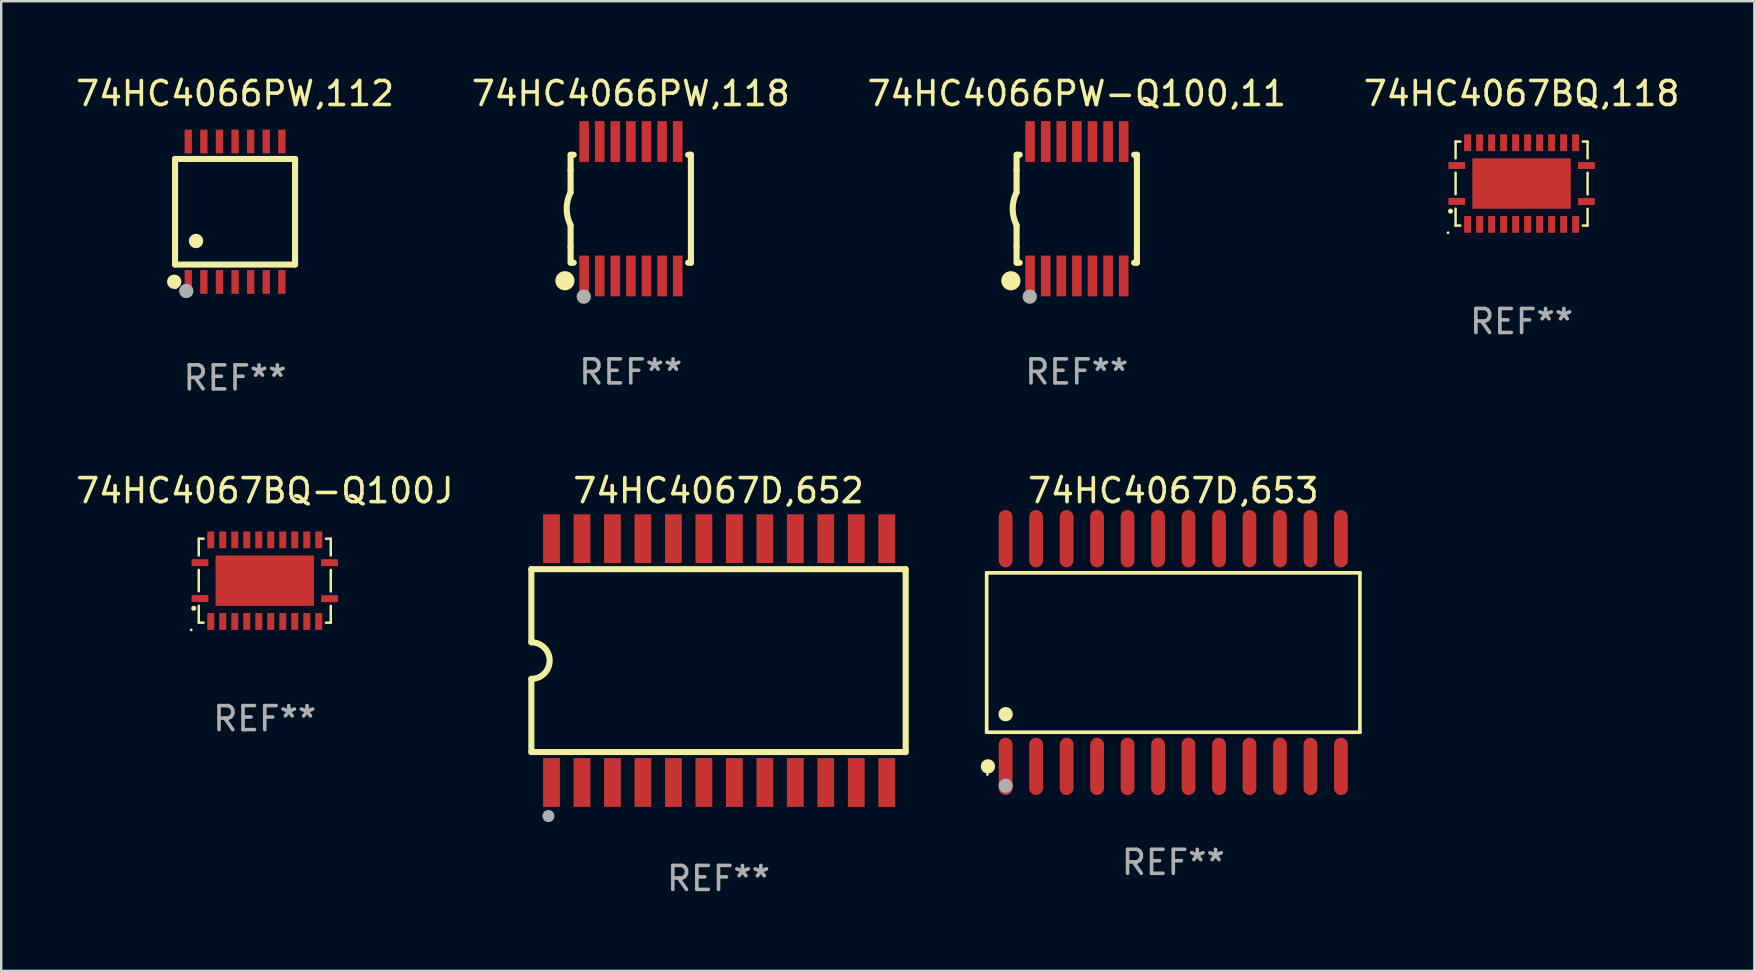
<source format=kicad_pcb>
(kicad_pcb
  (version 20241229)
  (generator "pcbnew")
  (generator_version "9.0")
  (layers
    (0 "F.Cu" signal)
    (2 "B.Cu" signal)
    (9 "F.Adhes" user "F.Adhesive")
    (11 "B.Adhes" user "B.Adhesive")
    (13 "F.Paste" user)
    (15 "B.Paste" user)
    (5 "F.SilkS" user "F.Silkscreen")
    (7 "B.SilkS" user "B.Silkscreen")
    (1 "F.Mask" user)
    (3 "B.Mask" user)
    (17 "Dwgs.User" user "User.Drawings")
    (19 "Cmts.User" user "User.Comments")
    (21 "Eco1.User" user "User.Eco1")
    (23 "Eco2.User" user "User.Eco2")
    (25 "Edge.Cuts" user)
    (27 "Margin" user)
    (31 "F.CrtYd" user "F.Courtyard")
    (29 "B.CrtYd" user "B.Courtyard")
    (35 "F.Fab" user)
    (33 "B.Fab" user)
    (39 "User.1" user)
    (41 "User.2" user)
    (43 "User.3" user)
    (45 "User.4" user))
  (footprint "74HC4066PW-Q100,11"
    (layer "F.Cu")
    (at 41.815 5.648)
    (property "Reference" "74HC4066PW-Q100,11" (at 0 -4.8 0) (layer "F.SilkS") (effects (font (size 1 1) (thickness 0.15))))
    (attr through_hole)
    (fp_line (start -2.507 -1.6) (end -2.507 -2.25) (stroke (width 0.254) (type solid)) (layer "F.SilkS"))
    (fp_line (start -2.507 -0.686) (end -2.507 -1.6) (stroke (width 0.254) (type solid)) (layer "F.SilkS"))
    (fp_line (start -2.507 1.6) (end -2.507 0.686) (stroke (width 0.254) (type solid)) (layer "F.SilkS"))
    (fp_line (start -2.507 1.6) (end -2.507 2.25) (stroke (width 0.254) (type solid)) (layer "F.SilkS"))
    (fp_line (start -2.493 -2.25) (end -2.377 -2.25) (stroke (width 0.254) (type solid)) (layer "F.SilkS"))
    (fp_line (start -2.377 2.25) (end -2.493 2.25) (stroke (width 0.254) (type solid)) (layer "F.SilkS"))
    (fp_line (start 2.392 -2.25) (end 2.507 -2.25) (stroke (width 0.254) (type solid)) (layer "F.SilkS"))
    (fp_line (start 2.507 -2.25) (end 2.507 2.25) (stroke (width 0.254) (type solid)) (layer "F.SilkS"))
    (fp_line (start 2.507 2.25) (end 2.392 2.25) (stroke (width 0.254) (type solid)) (layer "F.SilkS"))
    (fp_arc (start -2.507303 0.685802) (mid -2.669199 0) (end -2.507303 -0.685801) (stroke (width 0.254001) (type solid)) (layer "F.SilkS"))
    (fp_circle (center -2.743 3) (end -2.543 3) (stroke (width 0.4) (type solid)) (fill no) (layer "F.SilkS"))
    (fp_circle (center -2.493 3.2) (end -2.463 3.2) (stroke (width 0.06) (type solid)) (fill no) (layer "F.SilkS"))
    (fp_circle (center -1.957 3.662) (end -1.807 3.662) (stroke (width 0.3) (type solid)) (fill no) (layer "F.Fab"))
    (fp_text user "REF**" (at 0 6.8 0) (layer "F.Fab") (effects (font (size 1 1) (thickness 0.15))))
    (pad "1" smd rect (at -1.943 2.8) (size 0.4 1.7) (layers "F.Cu" "F.Mask" "F.Paste"))
    (pad "2" smd rect (at -1.293 2.8) (size 0.4 1.7) (layers "F.Cu" "F.Mask" "F.Paste"))
    (pad "3" smd rect (at -0.643 2.8) (size 0.4 1.7) (layers "F.Cu" "F.Mask" "F.Paste"))
    (pad "4" smd rect (at 0.007 2.8) (size 0.4 1.7) (layers "F.Cu" "F.Mask" "F.Paste"))
    (pad "5" smd rect (at 0.657 2.8) (size 0.4 1.7) (layers "F.Cu" "F.Mask" "F.Paste"))
    (pad "6" smd rect (at 1.307 2.8) (size 0.4 1.7) (layers "F.Cu" "F.Mask" "F.Paste"))
    (pad "7" smd rect (at 1.957 2.8) (size 0.4 1.7) (layers "F.Cu" "F.Mask" "F.Paste"))
    (pad "8" smd rect (at 1.957 -2.8) (size 0.4 1.7) (layers "F.Cu" "F.Mask" "F.Paste"))
    (pad "9" smd rect (at 1.307 -2.8) (size 0.4 1.7) (layers "F.Cu" "F.Mask" "F.Paste"))
    (pad "10" smd rect (at 0.657 -2.8) (size 0.4 1.7) (layers "F.Cu" "F.Mask" "F.Paste"))
    (pad "11" smd rect (at 0.007 -2.8) (size 0.4 1.7) (layers "F.Cu" "F.Mask" "F.Paste"))
    (pad "12" smd rect (at -0.643 -2.8) (size 0.4 1.7) (layers "F.Cu" "F.Mask" "F.Paste"))
    (pad "13" smd rect (at -1.293 -2.8) (size 0.4 1.7) (layers "F.Cu" "F.Mask" "F.Paste"))
    (pad "14" smd rect (at -1.943 -2.8) (size 0.4 1.7) (layers "F.Cu" "F.Mask" "F.Paste")))
  (footprint "74HC4066PW,112"
    (layer "F.Cu")
    (at 6.744 5.773)
    (property "Reference" "74HC4066PW,112" (at 0 -4.925 0) (layer "F.SilkS") (effects (font (size 1 1) (thickness 0.15))))
    (attr through_hole)
    (fp_line (start -2.5 2.2) (end -2.5 -2.2) (stroke (width 0.254) (type solid)) (layer "F.SilkS"))
    (fp_line (start -2.5 2.2) (end 2.5 2.2) (stroke (width 0.254) (type solid)) (layer "F.SilkS"))
    (fp_line (start 2.5 -2.2) (end -2.5 -2.2) (stroke (width 0.254) (type solid)) (layer "F.SilkS"))
    (fp_line (start 2.5 -2.2) (end 2.5 2.2) (stroke (width 0.254) (type solid)) (layer "F.SilkS"))
    (fp_circle (center -2.536 2.917) (end -2.386 2.917) (stroke (width 0.3) (type solid)) (fill no) (layer "F.SilkS"))
    (fp_circle (center -2.47 3.17) (end -2.44 3.17) (stroke (width 0.06) (type solid)) (fill no) (layer "F.SilkS"))
    (fp_circle (center -1.626 1.219) (end -1.475 1.219) (stroke (width 0.3) (type solid)) (fill no) (layer "F.SilkS"))
    (fp_circle (center -2.032 3.302) (end -1.882 3.302) (stroke (width 0.3) (type solid)) (fill no) (layer "F.Fab"))
    (fp_text user "REF**" (at 0 6.925 0) (layer "F.Fab") (effects (font (size 1 1) (thickness 0.15))))
    (pad "1" smd rect (at -1.95 2.925) (size 0.305 0.991) (layers "F.Cu" "F.Mask" "F.Paste"))
    (pad "2" smd rect (at -1.3 2.925) (size 0.305 0.991) (layers "F.Cu" "F.Mask" "F.Paste"))
    (pad "3" smd rect (at -0.65 2.925) (size 0.305 0.991) (layers "F.Cu" "F.Mask" "F.Paste"))
    (pad "4" smd rect (at 0 2.925) (size 0.305 0.991) (layers "F.Cu" "F.Mask" "F.Paste"))
    (pad "5" smd rect (at 0.65 2.925) (size 0.305 0.991) (layers "F.Cu" "F.Mask" "F.Paste"))
    (pad "6" smd rect (at 1.3 2.925) (size 0.305 0.991) (layers "F.Cu" "F.Mask" "F.Paste"))
    (pad "7" smd rect (at 1.95 2.925) (size 0.305 0.991) (layers "F.Cu" "F.Mask" "F.Paste"))
    (pad "8" smd rect (at 1.95 -2.925) (size 0.305 0.991) (layers "F.Cu" "F.Mask" "F.Paste"))
    (pad "9" smd rect (at 1.3 -2.925) (size 0.305 0.991) (layers "F.Cu" "F.Mask" "F.Paste"))
    (pad "10" smd rect (at 0.65 -2.925) (size 0.305 0.991) (layers "F.Cu" "F.Mask" "F.Paste"))
    (pad "11" smd rect (at 0 -2.925) (size 0.305 0.991) (layers "F.Cu" "F.Mask" "F.Paste"))
    (pad "12" smd rect (at -0.65 -2.925) (size 0.305 0.991) (layers "F.Cu" "F.Mask" "F.Paste"))
    (pad "13" smd rect (at -1.3 -2.925) (size 0.305 0.991) (layers "F.Cu" "F.Mask" "F.Paste"))
    (pad "14" smd rect (at -1.95 -2.925) (size 0.305 0.991) (layers "F.Cu" "F.Mask" "F.Paste")))
  (footprint "74HC4067D,652"
    (layer "F.Cu")
    (at 26.889 24.475)
    (property "Reference" "74HC4067D,652" (at 0 -7.08 0) (layer "F.SilkS") (effects (font (size 1 1) (thickness 0.15))))
    (attr through_hole)
    (fp_line (start -7.798 -3.81) (end -7.798 -0.762) (stroke (width 0.254) (type solid)) (layer "F.SilkS"))
    (fp_line (start -7.798 3.81) (end -7.798 0.762) (stroke (width 0.254) (type solid)) (layer "F.SilkS"))
    (fp_line (start 7.798 -3.81) (end -7.798 -3.81) (stroke (width 0.254) (type solid)) (layer "F.SilkS"))
    (fp_line (start 7.798 3.81) (end -7.798 3.81) (stroke (width 0.254) (type solid)) (layer "F.SilkS"))
    (fp_line (start 7.798 3.81) (end 7.798 -3.81) (stroke (width 0.254) (type solid)) (layer "F.SilkS"))
    (fp_arc (start -7.797791 -0.762002) (mid -7.03579 -0.000001) (end -7.79779 0.762002) (stroke (width 0.254001) (type solid)) (layer "F.SilkS"))
    (fp_circle (center -7.825 3.75) (end -7.795 3.75) (stroke (width 0.06) (type solid)) (fill no) (layer "F.SilkS"))
    (fp_circle (center -7.087 6.477) (end -6.96 6.477) (stroke (width 0.254) (type solid)) (fill no) (layer "F.Fab"))
    (fp_text user "REF**" (at 0 9.08 0) (layer "F.Fab") (effects (font (size 1 1) (thickness 0.15))))
    (pad "1" smd rect (at -6.96 5.08 90) (size 2.032 0.7) (layers "F.Cu" "F.Mask" "F.Paste"))
    (pad "2" smd rect (at -5.69 5.08 90) (size 2.032 0.7) (layers "F.Cu" "F.Mask" "F.Paste"))
    (pad "3" smd rect (at -4.42 5.08 90) (size 2.032 0.7) (layers "F.Cu" "F.Mask" "F.Paste"))
    (pad "4" smd rect (at -3.15 5.08 90) (size 2.032 0.7) (layers "F.Cu" "F.Mask" "F.Paste"))
    (pad "5" smd rect (at -1.88 5.08 90) (size 2.032 0.7) (layers "F.Cu" "F.Mask" "F.Paste"))
    (pad "6" smd rect (at -0.61 5.08 90) (size 2.032 0.7) (layers "F.Cu" "F.Mask" "F.Paste"))
    (pad "7" smd rect (at 0.66 5.08 90) (size 2.032 0.7) (layers "F.Cu" "F.Mask" "F.Paste"))
    (pad "8" smd rect (at 1.93 5.08 90) (size 2.032 0.7) (layers "F.Cu" "F.Mask" "F.Paste"))
    (pad "9" smd rect (at 3.2 5.08 90) (size 2.032 0.7) (layers "F.Cu" "F.Mask" "F.Paste"))
    (pad "10" smd rect (at 4.47 5.08 90) (size 2.032 0.7) (layers "F.Cu" "F.Mask" "F.Paste"))
    (pad "11" smd rect (at 5.74 5.08 90) (size 2.032 0.7) (layers "F.Cu" "F.Mask" "F.Paste"))
    (pad "12" smd rect (at 7.01 5.08 90) (size 2.032 0.7) (layers "F.Cu" "F.Mask" "F.Paste"))
    (pad "13" smd rect (at 7.01 -5.08 90) (size 2.032 0.7) (layers "F.Cu" "F.Mask" "F.Paste"))
    (pad "14" smd rect (at 5.74 -5.08 90) (size 2.032 0.7) (layers "F.Cu" "F.Mask" "F.Paste"))
    (pad "15" smd rect (at 4.47 -5.08 90) (size 2.032 0.7) (layers "F.Cu" "F.Mask" "F.Paste"))
    (pad "16" smd rect (at 3.2 -5.08 90) (size 2.032 0.7) (layers "F.Cu" "F.Mask" "F.Paste"))
    (pad "17" smd rect (at 1.93 -5.08 90) (size 2.032 0.7) (layers "F.Cu" "F.Mask" "F.Paste"))
    (pad "18" smd rect (at 0.66 -5.08 90) (size 2.032 0.7) (layers "F.Cu" "F.Mask" "F.Paste"))
    (pad "19" smd rect (at -0.61 -5.08 90) (size 2.032 0.7) (layers "F.Cu" "F.Mask" "F.Paste"))
    (pad "20" smd rect (at -1.88 -5.08 90) (size 2.032 0.7) (layers "F.Cu" "F.Mask" "F.Paste"))
    (pad "21" smd rect (at -3.15 -5.08 90) (size 2.032 0.7) (layers "F.Cu" "F.Mask" "F.Paste"))
    (pad "22" smd rect (at -4.42 -5.08 90) (size 2.032 0.7) (layers "F.Cu" "F.Mask" "F.Paste"))
    (pad "23" smd rect (at -5.69 -5.08 90) (size 2.032 0.7) (layers "F.Cu" "F.Mask" "F.Paste"))
    (pad "24" smd rect (at -6.96 -5.08 90) (size 2.032 0.7) (layers "F.Cu" "F.Mask" "F.Paste")))
  (footprint "74HC4067BQ-Q100J"
    (layer "F.Cu")
    (at 7.982 21.145)
    (property "Reference" "74HC4067BQ-Q100J" (at 0 -3.75 0) (layer "F.SilkS") (effects (font (size 1 1) (thickness 0.15))))
    (attr through_hole)
    (fp_line (start -2.75 -1.75) (end -2.75 -1.05) (stroke (width 0.102) (type solid)) (layer "F.SilkS"))
    (fp_line (start -2.75 -1.75) (end -2.55 -1.75) (stroke (width 0.102) (type solid)) (layer "F.SilkS"))
    (fp_line (start -2.75 -0.45) (end -2.75 0.445) (stroke (width 0.102) (type solid)) (layer "F.SilkS"))
    (fp_line (start -2.75 1.75) (end -2.75 1.045) (stroke (width 0.102) (type solid)) (layer "F.SilkS"))
    (fp_line (start -2.55 1.75) (end -2.75 1.75) (stroke (width 0.102) (type solid)) (layer "F.SilkS"))
    (fp_line (start 2.55 -1.75) (end 2.75 -1.75) (stroke (width 0.102) (type solid)) (layer "F.SilkS"))
    (fp_line (start 2.75 -1.75) (end 2.75 -1.05) (stroke (width 0.102) (type solid)) (layer "F.SilkS"))
    (fp_line (start 2.75 -0.45) (end 2.75 0.45) (stroke (width 0.102) (type solid)) (layer "F.SilkS"))
    (fp_line (start 2.75 1.05) (end 2.75 1.75) (stroke (width 0.102) (type solid)) (layer "F.SilkS"))
    (fp_line (start 2.75 1.75) (end 2.55 1.75) (stroke (width 0.102) (type solid)) (layer "F.SilkS"))
    (fp_circle (center -3.065 2.05) (end -3.035 2.05) (stroke (width 0.06) (type solid)) (fill no) (layer "F.SilkS"))
    (fp_circle (center -2.96 1.15) (end -2.906 1.15) (stroke (width 0.102) (type solid)) (fill no) (layer "F.SilkS"))
    (fp_text user "REF**" (at 0 5.75 0) (layer "F.Fab") (effects (font (size 1 1) (thickness 0.15))))
    (pad "1" smd rect (at -2.7 0.745 90) (size 0.29 0.7) (layers "F.Cu" "F.Mask" "F.Paste"))
    (pad "2" smd rect (at -2.25 1.7) (size 0.29 0.7) (layers "F.Cu" "F.Mask" "F.Paste"))
    (pad "3" smd rect (at -1.75 1.7) (size 0.29 0.7) (layers "F.Cu" "F.Mask" "F.Paste"))
    (pad "4" smd rect (at -1.25 1.7) (size 0.29 0.7) (layers "F.Cu" "F.Mask" "F.Paste"))
    (pad "5" smd rect (at -0.75 1.7) (size 0.29 0.7) (layers "F.Cu" "F.Mask" "F.Paste"))
    (pad "6" smd rect (at -0.25 1.7) (size 0.29 0.7) (layers "F.Cu" "F.Mask" "F.Paste"))
    (pad "7" smd rect (at 0.25 1.7) (size 0.29 0.7) (layers "F.Cu" "F.Mask" "F.Paste"))
    (pad "8" smd rect (at 0.75 1.7) (size 0.29 0.7) (layers "F.Cu" "F.Mask" "F.Paste"))
    (pad "9" smd rect (at 1.25 1.7) (size 0.29 0.7) (layers "F.Cu" "F.Mask" "F.Paste"))
    (pad "10" smd rect (at 1.75 1.7) (size 0.29 0.7) (layers "F.Cu" "F.Mask" "F.Paste"))
    (pad "11" smd rect (at 2.25 1.7) (size 0.29 0.7) (layers "F.Cu" "F.Mask" "F.Paste"))
    (pad "12" smd rect (at 2.7 0.75 90) (size 0.29 0.7) (layers "F.Cu" "F.Mask" "F.Paste"))
    (pad "13" smd rect (at 2.7 -0.75 90) (size 0.29 0.7) (layers "F.Cu" "F.Mask" "F.Paste"))
    (pad "14" smd rect (at 2.25 -1.7 180) (size 0.29 0.7) (layers "F.Cu" "F.Mask" "F.Paste"))
    (pad "15" smd rect (at 1.75 -1.7 180) (size 0.29 0.7) (layers "F.Cu" "F.Mask" "F.Paste"))
    (pad "16" smd rect (at 1.25 -1.7 180) (size 0.29 0.7) (layers "F.Cu" "F.Mask" "F.Paste"))
    (pad "17" smd rect (at 0.75 -1.7 180) (size 0.29 0.7) (layers "F.Cu" "F.Mask" "F.Paste"))
    (pad "18" smd rect (at 0.25 -1.7 180) (size 0.29 0.7) (layers "F.Cu" "F.Mask" "F.Paste"))
    (pad "19" smd rect (at -0.25 -1.7 180) (size 0.29 0.7) (layers "F.Cu" "F.Mask" "F.Paste"))
    (pad "20" smd rect (at -0.75 -1.7 180) (size 0.29 0.7) (layers "F.Cu" "F.Mask" "F.Paste"))
    (pad "21" smd rect (at -1.25 -1.7 180) (size 0.29 0.7) (layers "F.Cu" "F.Mask" "F.Paste"))
    (pad "22" smd rect (at -1.75 -1.7 180) (size 0.29 0.7) (layers "F.Cu" "F.Mask" "F.Paste"))
    (pad "23" smd rect (at -2.25 -1.7 180) (size 0.29 0.7) (layers "F.Cu" "F.Mask" "F.Paste"))
    (pad "24" smd rect (at -2.7 -0.75 270) (size 0.29 0.7) (layers "F.Cu" "F.Mask" "F.Paste"))
    (pad "25" smd rect (at 0 0) (size 4.1 2.1) (layers "F.Cu" "F.Mask" "F.Paste")))
  (footprint "74HC4066PW,118"
    (layer "F.Cu")
    (at 23.232 5.648)
    (property "Reference" "74HC4066PW,118" (at 0 -4.8 0) (layer "F.SilkS") (effects (font (size 1 1) (thickness 0.15))))
    (attr through_hole)
    (fp_line (start -2.507 -1.6) (end -2.507 -2.25) (stroke (width 0.254) (type solid)) (layer "F.SilkS"))
    (fp_line (start -2.507 -0.686) (end -2.507 -1.6) (stroke (width 0.254) (type solid)) (layer "F.SilkS"))
    (fp_line (start -2.507 1.6) (end -2.507 0.686) (stroke (width 0.254) (type solid)) (layer "F.SilkS"))
    (fp_line (start -2.507 1.6) (end -2.507 2.25) (stroke (width 0.254) (type solid)) (layer "F.SilkS"))
    (fp_line (start -2.493 -2.25) (end -2.377 -2.25) (stroke (width 0.254) (type solid)) (layer "F.SilkS"))
    (fp_line (start -2.377 2.25) (end -2.493 2.25) (stroke (width 0.254) (type solid)) (layer "F.SilkS"))
    (fp_line (start 2.392 -2.25) (end 2.507 -2.25) (stroke (width 0.254) (type solid)) (layer "F.SilkS"))
    (fp_line (start 2.507 -2.25) (end 2.507 2.25) (stroke (width 0.254) (type solid)) (layer "F.SilkS"))
    (fp_line (start 2.507 2.25) (end 2.392 2.25) (stroke (width 0.254) (type solid)) (layer "F.SilkS"))
    (fp_arc (start -2.507303 0.685802) (mid -2.669199 0) (end -2.507303 -0.685801) (stroke (width 0.254001) (type solid)) (layer "F.SilkS"))
    (fp_circle (center -2.743 3) (end -2.543 3) (stroke (width 0.4) (type solid)) (fill no) (layer "F.SilkS"))
    (fp_circle (center -2.493 3.2) (end -2.463 3.2) (stroke (width 0.06) (type solid)) (fill no) (layer "F.SilkS"))
    (fp_circle (center -1.957 3.662) (end -1.807 3.662) (stroke (width 0.3) (type solid)) (fill no) (layer "F.Fab"))
    (fp_text user "REF**" (at 0 6.8 0) (layer "F.Fab") (effects (font (size 1 1) (thickness 0.15))))
    (pad "1" smd rect (at -1.943 2.8) (size 0.4 1.7) (layers "F.Cu" "F.Mask" "F.Paste"))
    (pad "2" smd rect (at -1.293 2.8) (size 0.4 1.7) (layers "F.Cu" "F.Mask" "F.Paste"))
    (pad "3" smd rect (at -0.643 2.8) (size 0.4 1.7) (layers "F.Cu" "F.Mask" "F.Paste"))
    (pad "4" smd rect (at 0.007 2.8) (size 0.4 1.7) (layers "F.Cu" "F.Mask" "F.Paste"))
    (pad "5" smd rect (at 0.657 2.8) (size 0.4 1.7) (layers "F.Cu" "F.Mask" "F.Paste"))
    (pad "6" smd rect (at 1.307 2.8) (size 0.4 1.7) (layers "F.Cu" "F.Mask" "F.Paste"))
    (pad "7" smd rect (at 1.957 2.8) (size 0.4 1.7) (layers "F.Cu" "F.Mask" "F.Paste"))
    (pad "8" smd rect (at 1.957 -2.8) (size 0.4 1.7) (layers "F.Cu" "F.Mask" "F.Paste"))
    (pad "9" smd rect (at 1.307 -2.8) (size 0.4 1.7) (layers "F.Cu" "F.Mask" "F.Paste"))
    (pad "10" smd rect (at 0.657 -2.8) (size 0.4 1.7) (layers "F.Cu" "F.Mask" "F.Paste"))
    (pad "11" smd rect (at 0.007 -2.8) (size 0.4 1.7) (layers "F.Cu" "F.Mask" "F.Paste"))
    (pad "12" smd rect (at -0.643 -2.8) (size 0.4 1.7) (layers "F.Cu" "F.Mask" "F.Paste"))
    (pad "13" smd rect (at -1.293 -2.8) (size 0.4 1.7) (layers "F.Cu" "F.Mask" "F.Paste"))
    (pad "14" smd rect (at -1.943 -2.8) (size 0.4 1.7) (layers "F.Cu" "F.Mask" "F.Paste")))
  (footprint "74HC4067BQ,118"
    (layer "F.Cu")
    (at 60.351 4.598)
    (property "Reference" "74HC4067BQ,118" (at 0 -3.75 0) (layer "F.SilkS") (effects (font (size 1 1) (thickness 0.15))))
    (attr through_hole)
    (fp_line (start -2.75 -1.75) (end -2.75 -1.05) (stroke (width 0.102) (type solid)) (layer "F.SilkS"))
    (fp_line (start -2.75 -1.75) (end -2.55 -1.75) (stroke (width 0.102) (type solid)) (layer "F.SilkS"))
    (fp_line (start -2.75 -0.45) (end -2.75 0.445) (stroke (width 0.102) (type solid)) (layer "F.SilkS"))
    (fp_line (start -2.75 1.75) (end -2.75 1.045) (stroke (width 0.102) (type solid)) (layer "F.SilkS"))
    (fp_line (start -2.55 1.75) (end -2.75 1.75) (stroke (width 0.102) (type solid)) (layer "F.SilkS"))
    (fp_line (start 2.55 -1.75) (end 2.75 -1.75) (stroke (width 0.102) (type solid)) (layer "F.SilkS"))
    (fp_line (start 2.75 -1.75) (end 2.75 -1.05) (stroke (width 0.102) (type solid)) (layer "F.SilkS"))
    (fp_line (start 2.75 -0.45) (end 2.75 0.45) (stroke (width 0.102) (type solid)) (layer "F.SilkS"))
    (fp_line (start 2.75 1.05) (end 2.75 1.75) (stroke (width 0.102) (type solid)) (layer "F.SilkS"))
    (fp_line (start 2.75 1.75) (end 2.55 1.75) (stroke (width 0.102) (type solid)) (layer "F.SilkS"))
    (fp_circle (center -3.065 2.05) (end -3.035 2.05) (stroke (width 0.06) (type solid)) (fill no) (layer "F.SilkS"))
    (fp_circle (center -2.96 1.15) (end -2.906 1.15) (stroke (width 0.102) (type solid)) (fill no) (layer "F.SilkS"))
    (fp_text user "REF**" (at 0 5.75 0) (layer "F.Fab") (effects (font (size 1 1) (thickness 0.15))))
    (pad "1" smd rect (at -2.7 0.745 90) (size 0.29 0.7) (layers "F.Cu" "F.Mask" "F.Paste"))
    (pad "2" smd rect (at -2.25 1.7) (size 0.29 0.7) (layers "F.Cu" "F.Mask" "F.Paste"))
    (pad "3" smd rect (at -1.75 1.7) (size 0.29 0.7) (layers "F.Cu" "F.Mask" "F.Paste"))
    (pad "4" smd rect (at -1.25 1.7) (size 0.29 0.7) (layers "F.Cu" "F.Mask" "F.Paste"))
    (pad "5" smd rect (at -0.75 1.7) (size 0.29 0.7) (layers "F.Cu" "F.Mask" "F.Paste"))
    (pad "6" smd rect (at -0.25 1.7) (size 0.29 0.7) (layers "F.Cu" "F.Mask" "F.Paste"))
    (pad "7" smd rect (at 0.25 1.7) (size 0.29 0.7) (layers "F.Cu" "F.Mask" "F.Paste"))
    (pad "8" smd rect (at 0.75 1.7) (size 0.29 0.7) (layers "F.Cu" "F.Mask" "F.Paste"))
    (pad "9" smd rect (at 1.25 1.7) (size 0.29 0.7) (layers "F.Cu" "F.Mask" "F.Paste"))
    (pad "10" smd rect (at 1.75 1.7) (size 0.29 0.7) (layers "F.Cu" "F.Mask" "F.Paste"))
    (pad "11" smd rect (at 2.25 1.7) (size 0.29 0.7) (layers "F.Cu" "F.Mask" "F.Paste"))
    (pad "12" smd rect (at 2.7 0.75 90) (size 0.29 0.7) (layers "F.Cu" "F.Mask" "F.Paste"))
    (pad "13" smd rect (at 2.7 -0.75 90) (size 0.29 0.7) (layers "F.Cu" "F.Mask" "F.Paste"))
    (pad "14" smd rect (at 2.25 -1.7 180) (size 0.29 0.7) (layers "F.Cu" "F.Mask" "F.Paste"))
    (pad "15" smd rect (at 1.75 -1.7 180) (size 0.29 0.7) (layers "F.Cu" "F.Mask" "F.Paste"))
    (pad "16" smd rect (at 1.25 -1.7 180) (size 0.29 0.7) (layers "F.Cu" "F.Mask" "F.Paste"))
    (pad "17" smd rect (at 0.75 -1.7 180) (size 0.29 0.7) (layers "F.Cu" "F.Mask" "F.Paste"))
    (pad "18" smd rect (at 0.25 -1.7 180) (size 0.29 0.7) (layers "F.Cu" "F.Mask" "F.Paste"))
    (pad "19" smd rect (at -0.25 -1.7 180) (size 0.29 0.7) (layers "F.Cu" "F.Mask" "F.Paste"))
    (pad "20" smd rect (at -0.75 -1.7 180) (size 0.29 0.7) (layers "F.Cu" "F.Mask" "F.Paste"))
    (pad "21" smd rect (at -1.25 -1.7 180) (size 0.29 0.7) (layers "F.Cu" "F.Mask" "F.Paste"))
    (pad "22" smd rect (at -1.75 -1.7 180) (size 0.29 0.7) (layers "F.Cu" "F.Mask" "F.Paste"))
    (pad "23" smd rect (at -2.25 -1.7 180) (size 0.29 0.7) (layers "F.Cu" "F.Mask" "F.Paste"))
    (pad "24" smd rect (at -2.7 -0.75 270) (size 0.29 0.7) (layers "F.Cu" "F.Mask" "F.Paste"))
    (pad "25" smd rect (at 0 0) (size 4.1 2.1) (layers "F.Cu" "F.Mask" "F.Paste")))
  (footprint "74HC4067D,653"
    (layer "F.Cu")
    (at 45.838 24.139)
    (property "Reference" "74HC4067D,653" (at 0 -6.744 0) (layer "F.SilkS") (effects (font (size 1 1) (thickness 0.15))))
    (attr through_hole)
    (fp_line (start -7.776 -3.321) (end 7.776 -3.321) (stroke (width 0.152) (type solid)) (layer "F.SilkS"))
    (fp_line (start -7.776 3.321) (end -7.776 -3.321) (stroke (width 0.152) (type solid)) (layer "F.SilkS"))
    (fp_line (start 7.776 -3.321) (end 7.776 3.321) (stroke (width 0.152) (type solid)) (layer "F.SilkS"))
    (fp_line (start 7.776 3.321) (end -7.776 3.321) (stroke (width 0.152) (type solid)) (layer "F.SilkS"))
    (fp_circle (center -7.747 5.08) (end -7.717 5.08) (stroke (width 0.06) (type solid)) (fill no) (layer "F.SilkS"))
    (fp_circle (center -7.724 4.744) (end -7.574 4.744) (stroke (width 0.3) (type solid)) (fill no) (layer "F.SilkS"))
    (fp_circle (center -6.985 2.569) (end -6.835 2.569) (stroke (width 0.3) (type solid)) (fill no) (layer "F.SilkS"))
    (fp_circle (center -6.985 5.55) (end -6.835 5.55) (stroke (width 0.3) (type solid)) (fill no) (layer "F.Fab"))
    (fp_text user "REF**" (at 0 8.744 0) (layer "F.Fab") (effects (font (size 1 1) (thickness 0.15))))
    (pad "1" smd oval (at -6.985 4.744) (size 0.574 2.388) (layers "F.Cu" "F.Mask" "F.Paste"))
    (pad "2" smd oval (at -5.715 4.744) (size 0.574 2.388) (layers "F.Cu" "F.Mask" "F.Paste"))
    (pad "3" smd oval (at -4.445 4.744) (size 0.574 2.388) (layers "F.Cu" "F.Mask" "F.Paste"))
    (pad "4" smd oval (at -3.175 4.744) (size 0.574 2.388) (layers "F.Cu" "F.Mask" "F.Paste"))
    (pad "5" smd oval (at -1.905 4.744) (size 0.574 2.388) (layers "F.Cu" "F.Mask" "F.Paste"))
    (pad "6" smd oval (at -0.635 4.744) (size 0.574 2.388) (layers "F.Cu" "F.Mask" "F.Paste"))
    (pad "7" smd oval (at 0.635 4.744) (size 0.574 2.388) (layers "F.Cu" "F.Mask" "F.Paste"))
    (pad "8" smd oval (at 1.905 4.744) (size 0.574 2.388) (layers "F.Cu" "F.Mask" "F.Paste"))
    (pad "9" smd oval (at 3.175 4.744) (size 0.574 2.388) (layers "F.Cu" "F.Mask" "F.Paste"))
    (pad "10" smd oval (at 4.445 4.744) (size 0.574 2.388) (layers "F.Cu" "F.Mask" "F.Paste"))
    (pad "11" smd oval (at 5.715 4.744) (size 0.574 2.388) (layers "F.Cu" "F.Mask" "F.Paste"))
    (pad "12" smd oval (at 6.985 4.744) (size 0.574 2.388) (layers "F.Cu" "F.Mask" "F.Paste"))
    (pad "13" smd oval (at 6.985 -4.744) (size 0.574 2.388) (layers "F.Cu" "F.Mask" "F.Paste"))
    (pad "14" smd oval (at 5.715 -4.744) (size 0.574 2.388) (layers "F.Cu" "F.Mask" "F.Paste"))
    (pad "15" smd oval (at 4.445 -4.744) (size 0.574 2.388) (layers "F.Cu" "F.Mask" "F.Paste"))
    (pad "16" smd oval (at 3.175 -4.744) (size 0.574 2.388) (layers "F.Cu" "F.Mask" "F.Paste"))
    (pad "17" smd oval (at 1.905 -4.744) (size 0.574 2.388) (layers "F.Cu" "F.Mask" "F.Paste"))
    (pad "18" smd oval (at 0.635 -4.744) (size 0.574 2.388) (layers "F.Cu" "F.Mask" "F.Paste"))
    (pad "19" smd oval (at -0.635 -4.744) (size 0.574 2.388) (layers "F.Cu" "F.Mask" "F.Paste"))
    (pad "20" smd oval (at -1.905 -4.744) (size 0.574 2.388) (layers "F.Cu" "F.Mask" "F.Paste"))
    (pad "21" smd oval (at -3.175 -4.744) (size 0.574 2.388) (layers "F.Cu" "F.Mask" "F.Paste"))
    (pad "22" smd oval (at -4.445 -4.744) (size 0.574 2.388) (layers "F.Cu" "F.Mask" "F.Paste"))
    (pad "23" smd oval (at -5.715 -4.744) (size 0.574 2.388) (layers "F.Cu" "F.Mask" "F.Paste"))
    (pad "24" smd oval (at -6.985 -4.744) (size 0.574 2.388) (layers "F.Cu" "F.Mask" "F.Paste")))
  (gr_rect
    (start -3 -3)
    (end 70.048 37.403)
    (stroke (width 0.1) (type default))
    (fill no)
    (layer "Edge.Cuts")))
</source>
